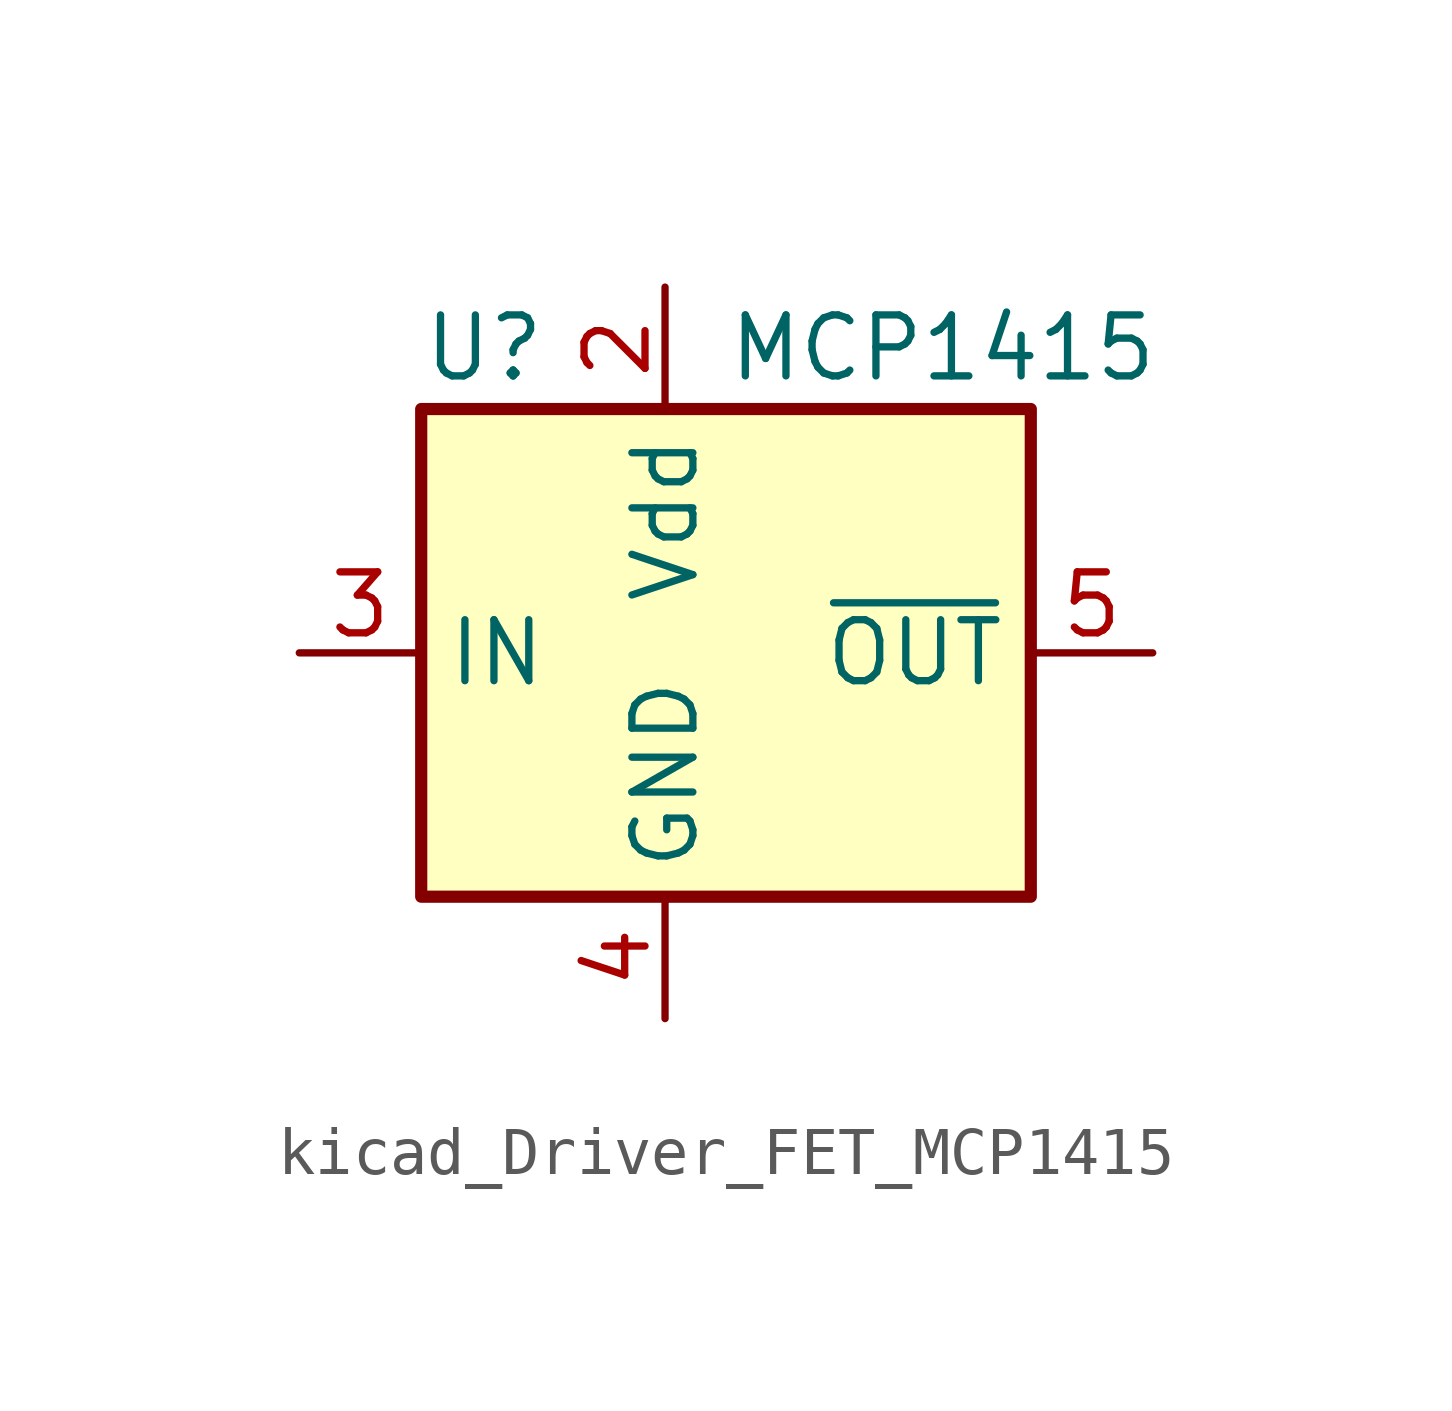
<source format=kicad_sym>
(kicad_symbol_lib
  (version 20220914)
  (generator kicad_symbol_editor)
  (symbol "kicad_Driver_FET_MCP1415"
    (property "Reference" "U"
      (at -5.08 6.35 0)
      (effects (font (size 1.27 1.27)) (justify left)))
    (property "Value" "MCP1415"
      (at 1.27 6.35 0)
      (effects (font (size 1.27 1.27)) (justify left)))
    (symbol "kicad_Driver_FET_MCP1415_0_1"
      (rectangle (start -5.08 5.08) (end 7.62 -5.08) (stroke (width 0.254) (type default)) (fill (type background))))
    (symbol "kicad_Driver_FET_MCP1415_1_1"
      (pin no_connect line (at 7.62 -2.54 180) (length 2.54) hide (name "NC" (effects (font (size 1.27 1.27)))) (number "1" (effects (font (size 1.27 1.27)))))
      (pin power_in line (at 0 7.62 270) (length 2.54) (name "Vdd" (effects (font (size 1.27 1.27)))) (number "2" (effects (font (size 1.27 1.27)))))
      (pin input line (at -7.62 0 0) (length 2.54) (name "IN" (effects (font (size 1.27 1.27)))) (number "3" (effects (font (size 1.27 1.27)))))
      (pin power_in line (at 0 -7.62 90) (length 2.54) (name "GND" (effects (font (size 1.27 1.27)))) (number "4" (effects (font (size 1.27 1.27)))))
      (pin output line (at 10.16 0 180) (length 2.54) (name "~{OUT}" (effects (font (size 1.27 1.27)))) (number "5" (effects (font (size 1.27 1.27))))))))
</source>
